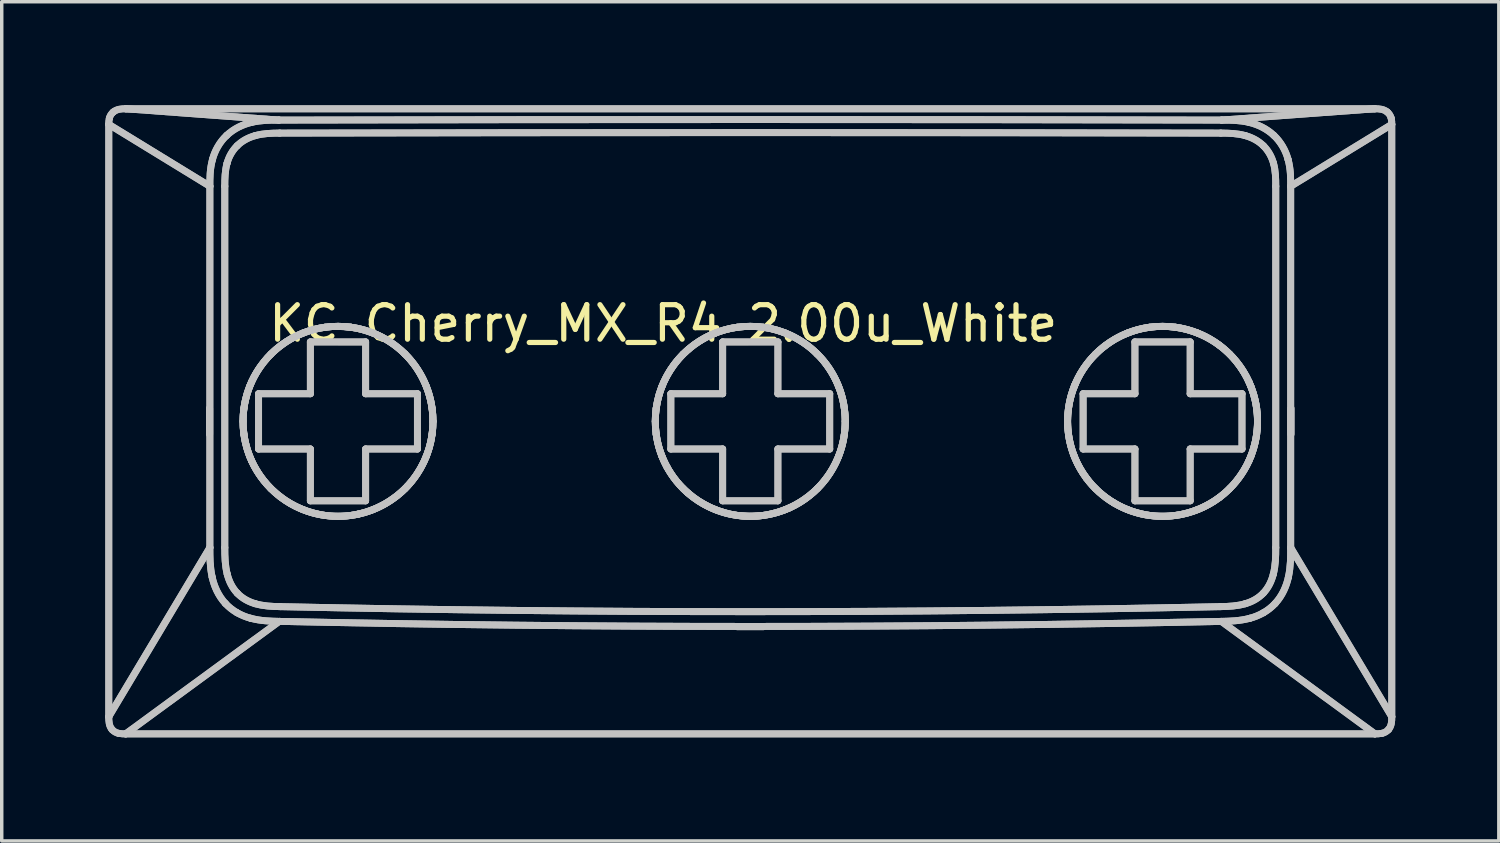
<source format=kicad_pcb>
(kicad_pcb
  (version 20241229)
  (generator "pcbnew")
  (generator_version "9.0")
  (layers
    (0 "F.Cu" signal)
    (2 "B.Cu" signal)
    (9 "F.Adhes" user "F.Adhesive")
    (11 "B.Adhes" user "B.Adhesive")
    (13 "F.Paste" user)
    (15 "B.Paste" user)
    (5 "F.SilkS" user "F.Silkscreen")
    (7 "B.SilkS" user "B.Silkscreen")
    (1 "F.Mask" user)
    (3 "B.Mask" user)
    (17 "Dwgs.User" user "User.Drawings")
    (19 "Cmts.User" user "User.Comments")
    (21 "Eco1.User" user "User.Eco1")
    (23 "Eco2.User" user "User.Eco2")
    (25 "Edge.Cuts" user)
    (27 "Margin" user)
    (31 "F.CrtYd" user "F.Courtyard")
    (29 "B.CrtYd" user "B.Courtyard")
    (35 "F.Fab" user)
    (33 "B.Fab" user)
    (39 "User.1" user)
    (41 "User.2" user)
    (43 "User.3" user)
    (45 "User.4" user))
  (footprint "KC_Cherry_MX_R4_2.00u_White"
    (layer "F.Cu")
    (at 18.695 9.111)
    (property "Reference" "KC_Cherry_MX_R4_2.00u_White" (at -2.54 -2.794 0) (layer "F.SilkS") (effects (font (size 1 1) (thickness 0.15))))
    (attr allow_missing_courtyard)
    (fp_line (start -18.595 -8.559) (end -15.668 -6.767) (stroke (width 0.2) (type default)) (layer "Dwgs.User"))
    (fp_line (start -18.595 -8.559) (end -15.668 -6.767) (stroke (width 0.2) (type default)) (layer "Dwgs.User"))
    (fp_line (start -18.595 8.592) (end -18.595 -8.559) (stroke (width 0.2) (type default)) (layer "Dwgs.User"))
    (fp_line (start -18.595 8.592) (end -18.595 -8.559) (stroke (width 0.2) (type default)) (layer "Dwgs.User"))
    (fp_line (start -18.595 8.592) (end -15.668 3.695) (stroke (width 0.2) (type default)) (layer "Dwgs.User"))
    (fp_line (start -18.595 8.592) (end -15.668 3.695) (stroke (width 0.2) (type default)) (layer "Dwgs.User"))
    (fp_line (start -18.107 9.089) (end -13.659 5.832) (stroke (width 0.2) (type default)) (layer "Dwgs.User"))
    (fp_line (start -18.107 9.089) (end -13.659 5.832) (stroke (width 0.2) (type default)) (layer "Dwgs.User"))
    (fp_line (start -18.102 -9.011) (end -13.668 -8.684) (stroke (width 0.2) (type default)) (layer "Dwgs.User"))
    (fp_line (start -18.102 -9.011) (end -13.668 -8.684) (stroke (width 0.2) (type default)) (layer "Dwgs.User"))
    (fp_line (start -18.102 -9.011) (end 18.062 -9.011) (stroke (width 0.2) (type default)) (layer "Dwgs.User"))
    (fp_line (start -18.102 -9.011) (end 18.062 -9.011) (stroke (width 0.2) (type default)) (layer "Dwgs.User"))
    (fp_line (start -15.676 0.413) (end -15.676 -0.337) (stroke (width 0.2) (type default)) (layer "Dwgs.User"))
    (fp_line (start -15.676 0.413) (end -15.676 -0.337) (stroke (width 0.2) (type default)) (layer "Dwgs.User"))
    (fp_line (start -15.668 -6.767) (end -15.668 3.695) (stroke (width 0.2) (type default)) (layer "Dwgs.User"))
    (fp_line (start -15.668 -6.767) (end -15.668 3.695) (stroke (width 0.2) (type default)) (layer "Dwgs.User"))
    (fp_line (start -15.236 -6.767) (end -15.236 3.695) (stroke (width 0.2) (type default)) (layer "Dwgs.User"))
    (fp_line (start -15.236 -6.767) (end -15.236 3.695) (stroke (width 0.2) (type default)) (layer "Dwgs.User"))
    (fp_line (start -14.258 -0.76) (end -12.758 -0.76) (stroke (width 0.2) (type default)) (layer "Dwgs.User"))
    (fp_line (start -14.258 -0.76) (end -12.758 -0.76) (stroke (width 0.2) (type default)) (layer "Dwgs.User"))
    (fp_line (start -14.258 0.84) (end -14.258 -0.76) (stroke (width 0.2) (type default)) (layer "Dwgs.User"))
    (fp_line (start -14.258 0.84) (end -14.258 -0.76) (stroke (width 0.2) (type default)) (layer "Dwgs.User"))
    (fp_line (start -12.758 -2.26) (end -11.158 -2.26) (stroke (width 0.2) (type default)) (layer "Dwgs.User"))
    (fp_line (start -12.758 -2.26) (end -11.158 -2.26) (stroke (width 0.2) (type default)) (layer "Dwgs.User"))
    (fp_line (start -12.758 -0.76) (end -12.758 -2.26) (stroke (width 0.2) (type default)) (layer "Dwgs.User"))
    (fp_line (start -12.758 -0.76) (end -12.758 -2.26) (stroke (width 0.2) (type default)) (layer "Dwgs.User"))
    (fp_line (start -12.758 0.84) (end -14.258 0.84) (stroke (width 0.2) (type default)) (layer "Dwgs.User"))
    (fp_line (start -12.758 0.84) (end -14.258 0.84) (stroke (width 0.2) (type default)) (layer "Dwgs.User"))
    (fp_line (start -12.758 2.34) (end -12.758 0.84) (stroke (width 0.2) (type default)) (layer "Dwgs.User"))
    (fp_line (start -12.758 2.34) (end -12.758 0.84) (stroke (width 0.2) (type default)) (layer "Dwgs.User"))
    (fp_line (start -11.583 -2.685) (end -11.958 -2.711) (stroke (width 0.2) (type default)) (layer "Dwgs.User"))
    (fp_line (start -11.583 2.764) (end -11.376 2.727) (stroke (width 0.2) (type default)) (layer "Dwgs.User"))
    (fp_line (start -11.583 2.764) (end -11.376 2.727) (stroke (width 0.2) (type default)) (layer "Dwgs.User"))
    (fp_line (start -11.158 -2.26) (end -11.158 -0.76) (stroke (width 0.2) (type default)) (layer "Dwgs.User"))
    (fp_line (start -11.158 -2.26) (end -11.158 -0.76) (stroke (width 0.2) (type default)) (layer "Dwgs.User"))
    (fp_line (start -11.158 -0.76) (end -9.658 -0.76) (stroke (width 0.2) (type default)) (layer "Dwgs.User"))
    (fp_line (start -11.158 -0.76) (end -9.658 -0.76) (stroke (width 0.2) (type default)) (layer "Dwgs.User"))
    (fp_line (start -11.158 0.84) (end -11.158 2.34) (stroke (width 0.2) (type default)) (layer "Dwgs.User"))
    (fp_line (start -11.158 0.84) (end -11.158 2.34) (stroke (width 0.2) (type default)) (layer "Dwgs.User"))
    (fp_line (start -11.158 2.34) (end -12.758 2.34) (stroke (width 0.2) (type default)) (layer "Dwgs.User"))
    (fp_line (start -11.158 2.34) (end -12.758 2.34) (stroke (width 0.2) (type default)) (layer "Dwgs.User"))
    (fp_line (start -9.658 -0.76) (end -9.658 0.84) (stroke (width 0.2) (type default)) (layer "Dwgs.User"))
    (fp_line (start -9.658 -0.76) (end -9.658 0.84) (stroke (width 0.2) (type default)) (layer "Dwgs.User"))
    (fp_line (start -9.658 0.84) (end -11.158 0.84) (stroke (width 0.2) (type default)) (layer "Dwgs.User"))
    (fp_line (start -9.658 0.84) (end -11.158 0.84) (stroke (width 0.2) (type default)) (layer "Dwgs.User"))
    (fp_line (start -2.32 -0.76) (end -0.82 -0.76) (stroke (width 0.2) (type default)) (layer "Dwgs.User"))
    (fp_line (start -2.32 -0.76) (end -0.82 -0.76) (stroke (width 0.2) (type default)) (layer "Dwgs.User"))
    (fp_line (start -2.32 0.84) (end -2.32 -0.76) (stroke (width 0.2) (type default)) (layer "Dwgs.User"))
    (fp_line (start -2.32 0.84) (end -2.32 -0.76) (stroke (width 0.2) (type default)) (layer "Dwgs.User"))
    (fp_line (start -0.82 -2.26) (end 0.78 -2.26) (stroke (width 0.2) (type default)) (layer "Dwgs.User"))
    (fp_line (start -0.82 -2.26) (end 0.78 -2.26) (stroke (width 0.2) (type default)) (layer "Dwgs.User"))
    (fp_line (start -0.82 -0.76) (end -0.82 -2.26) (stroke (width 0.2) (type default)) (layer "Dwgs.User"))
    (fp_line (start -0.82 -0.76) (end -0.82 -2.26) (stroke (width 0.2) (type default)) (layer "Dwgs.User"))
    (fp_line (start -0.82 0.84) (end -2.32 0.84) (stroke (width 0.2) (type default)) (layer "Dwgs.User"))
    (fp_line (start -0.82 0.84) (end -2.32 0.84) (stroke (width 0.2) (type default)) (layer "Dwgs.User"))
    (fp_line (start -0.82 2.34) (end -0.82 0.84) (stroke (width 0.2) (type default)) (layer "Dwgs.User"))
    (fp_line (start -0.82 2.34) (end -0.82 0.84) (stroke (width 0.2) (type default)) (layer "Dwgs.User"))
    (fp_line (start -0.395 2.764) (end -0.02 2.789) (stroke (width 0.2) (type default)) (layer "Dwgs.User"))
    (fp_line (start -0.395 5.986) (end 0.355 5.986) (stroke (width 0.2) (type default)) (layer "Dwgs.User"))
    (fp_line (start -0.395 5.986) (end 0.355 5.986) (stroke (width 0.2) (type default)) (layer "Dwgs.User"))
    (fp_line (start -0.02 2.789) (end 0.355 2.764) (stroke (width 0.2) (type default)) (layer "Dwgs.User"))
    (fp_line (start 0.78 -2.26) (end 0.78 -0.76) (stroke (width 0.2) (type default)) (layer "Dwgs.User"))
    (fp_line (start 0.78 -2.26) (end 0.78 -0.76) (stroke (width 0.2) (type default)) (layer "Dwgs.User"))
    (fp_line (start 0.78 -0.76) (end 2.28 -0.76) (stroke (width 0.2) (type default)) (layer "Dwgs.User"))
    (fp_line (start 0.78 -0.76) (end 2.28 -0.76) (stroke (width 0.2) (type default)) (layer "Dwgs.User"))
    (fp_line (start 0.78 0.84) (end 0.78 2.34) (stroke (width 0.2) (type default)) (layer "Dwgs.User"))
    (fp_line (start 0.78 0.84) (end 0.78 2.34) (stroke (width 0.2) (type default)) (layer "Dwgs.User"))
    (fp_line (start 0.78 2.34) (end -0.82 2.34) (stroke (width 0.2) (type default)) (layer "Dwgs.User"))
    (fp_line (start 0.78 2.34) (end -0.82 2.34) (stroke (width 0.2) (type default)) (layer "Dwgs.User"))
    (fp_line (start 2.28 -0.76) (end 2.28 0.84) (stroke (width 0.2) (type default)) (layer "Dwgs.User"))
    (fp_line (start 2.28 -0.76) (end 2.28 0.84) (stroke (width 0.2) (type default)) (layer "Dwgs.User"))
    (fp_line (start 2.28 0.84) (end 0.78 0.84) (stroke (width 0.2) (type default)) (layer "Dwgs.User"))
    (fp_line (start 2.28 0.84) (end 0.78 0.84) (stroke (width 0.2) (type default)) (layer "Dwgs.User"))
    (fp_line (start 9.618 -0.76) (end 11.118 -0.76) (stroke (width 0.2) (type default)) (layer "Dwgs.User"))
    (fp_line (start 9.618 -0.76) (end 11.118 -0.76) (stroke (width 0.2) (type default)) (layer "Dwgs.User"))
    (fp_line (start 9.618 0.84) (end 9.618 -0.76) (stroke (width 0.2) (type default)) (layer "Dwgs.User"))
    (fp_line (start 9.618 0.84) (end 9.618 -0.76) (stroke (width 0.2) (type default)) (layer "Dwgs.User"))
    (fp_line (start 11.118 -2.26) (end 12.718 -2.26) (stroke (width 0.2) (type default)) (layer "Dwgs.User"))
    (fp_line (start 11.118 -2.26) (end 12.718 -2.26) (stroke (width 0.2) (type default)) (layer "Dwgs.User"))
    (fp_line (start 11.118 -0.76) (end 11.118 -2.26) (stroke (width 0.2) (type default)) (layer "Dwgs.User"))
    (fp_line (start 11.118 -0.76) (end 11.118 -2.26) (stroke (width 0.2) (type default)) (layer "Dwgs.User"))
    (fp_line (start 11.118 0.84) (end 9.618 0.84) (stroke (width 0.2) (type default)) (layer "Dwgs.User"))
    (fp_line (start 11.118 0.84) (end 9.618 0.84) (stroke (width 0.2) (type default)) (layer "Dwgs.User"))
    (fp_line (start 11.118 2.34) (end 11.118 0.84) (stroke (width 0.2) (type default)) (layer "Dwgs.User"))
    (fp_line (start 11.118 2.34) (end 11.118 0.84) (stroke (width 0.2) (type default)) (layer "Dwgs.User"))
    (fp_line (start 12.718 -2.26) (end 12.718 -0.76) (stroke (width 0.2) (type default)) (layer "Dwgs.User"))
    (fp_line (start 12.718 -2.26) (end 12.718 -0.76) (stroke (width 0.2) (type default)) (layer "Dwgs.User"))
    (fp_line (start 12.718 -0.76) (end 14.218 -0.76) (stroke (width 0.2) (type default)) (layer "Dwgs.User"))
    (fp_line (start 12.718 -0.76) (end 14.218 -0.76) (stroke (width 0.2) (type default)) (layer "Dwgs.User"))
    (fp_line (start 12.718 0.84) (end 12.718 2.34) (stroke (width 0.2) (type default)) (layer "Dwgs.User"))
    (fp_line (start 12.718 0.84) (end 12.718 2.34) (stroke (width 0.2) (type default)) (layer "Dwgs.User"))
    (fp_line (start 12.718 2.34) (end 11.118 2.34) (stroke (width 0.2) (type default)) (layer "Dwgs.User"))
    (fp_line (start 12.718 2.34) (end 11.118 2.34) (stroke (width 0.2) (type default)) (layer "Dwgs.User"))
    (fp_line (start 13.628 -8.684) (end 18.062 -9.011) (stroke (width 0.2) (type default)) (layer "Dwgs.User"))
    (fp_line (start 13.628 -8.684) (end 18.062 -9.011) (stroke (width 0.2) (type default)) (layer "Dwgs.User"))
    (fp_line (start 14.218 -0.76) (end 14.218 0.84) (stroke (width 0.2) (type default)) (layer "Dwgs.User"))
    (fp_line (start 14.218 -0.76) (end 14.218 0.84) (stroke (width 0.2) (type default)) (layer "Dwgs.User"))
    (fp_line (start 14.218 0.84) (end 12.718 0.84) (stroke (width 0.2) (type default)) (layer "Dwgs.User"))
    (fp_line (start 14.218 0.84) (end 12.718 0.84) (stroke (width 0.2) (type default)) (layer "Dwgs.User"))
    (fp_line (start 15.196 3.695) (end 15.196 -6.767) (stroke (width 0.2) (type default)) (layer "Dwgs.User"))
    (fp_line (start 15.196 3.695) (end 15.196 -6.767) (stroke (width 0.2) (type default)) (layer "Dwgs.User"))
    (fp_line (start 15.628 -6.767) (end 18.555 -8.559) (stroke (width 0.2) (type default)) (layer "Dwgs.User"))
    (fp_line (start 15.628 -6.767) (end 18.555 -8.559) (stroke (width 0.2) (type default)) (layer "Dwgs.User"))
    (fp_line (start 15.628 3.695) (end 15.628 -6.767) (stroke (width 0.2) (type default)) (layer "Dwgs.User"))
    (fp_line (start 15.628 3.695) (end 15.628 -6.767) (stroke (width 0.2) (type default)) (layer "Dwgs.User"))
    (fp_line (start 15.636 0.413) (end 15.636 -0.337) (stroke (width 0.2) (type default)) (layer "Dwgs.User"))
    (fp_line (start 15.636 0.413) (end 15.636 -0.337) (stroke (width 0.2) (type default)) (layer "Dwgs.User"))
    (fp_line (start 18.067 9.089) (end -18.107 9.089) (stroke (width 0.2) (type default)) (layer "Dwgs.User"))
    (fp_line (start 18.067 9.089) (end -18.107 9.089) (stroke (width 0.2) (type default)) (layer "Dwgs.User"))
    (fp_line (start 18.067 9.089) (end 13.619 5.832) (stroke (width 0.2) (type default)) (layer "Dwgs.User"))
    (fp_line (start 18.067 9.089) (end 13.619 5.832) (stroke (width 0.2) (type default)) (layer "Dwgs.User"))
    (fp_line (start 18.555 -8.559) (end 18.555 8.592) (stroke (width 0.2) (type default)) (layer "Dwgs.User"))
    (fp_line (start 18.555 -8.559) (end 18.555 8.592) (stroke (width 0.2) (type default)) (layer "Dwgs.User"))
    (fp_line (start 18.555 8.592) (end 15.628 3.695) (stroke (width 0.2) (type default)) (layer "Dwgs.User"))
    (fp_line (start 18.555 8.592) (end 15.628 3.695) (stroke (width 0.2) (type default)) (layer "Dwgs.User"))
    (fp_curve (pts (xy -18.595 -8.559) (xy -18.597 -8.618) (xy -18.592 -8.677) (xy -18.579 -8.735)) (stroke (width 0.2) (type default)) (layer "Dwgs.User"))
    (fp_curve (pts (xy -18.595 -8.559) (xy -18.597 -8.618) (xy -18.592 -8.677) (xy -18.579 -8.735)) (stroke (width 0.2) (type default)) (layer "Dwgs.User"))
    (fp_curve (pts (xy -18.579 -8.735) (xy -18.561 -8.808) (xy -18.522 -8.869) (xy -18.465 -8.917)) (stroke (width 0.2) (type default)) (layer "Dwgs.User"))
    (fp_curve (pts (xy -18.579 -8.735) (xy -18.561 -8.808) (xy -18.522 -8.869) (xy -18.465 -8.917)) (stroke (width 0.2) (type default)) (layer "Dwgs.User"))
    (fp_curve (pts (xy -18.501 8.963) (xy -18.589 8.861) (xy -18.597 8.72) (xy -18.595 8.592)) (stroke (width 0.2) (type default)) (layer "Dwgs.User"))
    (fp_curve (pts (xy -18.501 8.963) (xy -18.589 8.861) (xy -18.597 8.72) (xy -18.595 8.592)) (stroke (width 0.2) (type default)) (layer "Dwgs.User"))
    (fp_curve (pts (xy -18.465 -8.917) (xy -18.365 -9.001) (xy -18.228 -9.014) (xy -18.102 -9.011)) (stroke (width 0.2) (type default)) (layer "Dwgs.User"))
    (fp_curve (pts (xy -18.465 -8.917) (xy -18.365 -9.001) (xy -18.228 -9.014) (xy -18.102 -9.011)) (stroke (width 0.2) (type default)) (layer "Dwgs.User"))
    (fp_curve (pts (xy -18.307 9.074) (xy -18.384 9.058) (xy -18.449 9.021) (xy -18.501 8.963)) (stroke (width 0.2) (type default)) (layer "Dwgs.User"))
    (fp_curve (pts (xy -18.307 9.074) (xy -18.384 9.058) (xy -18.449 9.021) (xy -18.501 8.963)) (stroke (width 0.2) (type default)) (layer "Dwgs.User"))
    (fp_curve (pts (xy -18.107 9.089) (xy -18.174 9.091) (xy -18.241 9.086) (xy -18.307 9.074)) (stroke (width 0.2) (type default)) (layer "Dwgs.User"))
    (fp_curve (pts (xy -18.107 9.089) (xy -18.174 9.091) (xy -18.241 9.086) (xy -18.307 9.074)) (stroke (width 0.2) (type default)) (layer "Dwgs.User"))
    (fp_curve (pts (xy -15.668 -6.767) (xy -15.668 -6.99) (xy -15.671 -7.257) (xy -15.592 -7.545)) (stroke (width 0.2) (type default)) (layer "Dwgs.User"))
    (fp_curve (pts (xy -15.668 -6.767) (xy -15.668 -6.99) (xy -15.671 -7.257) (xy -15.592 -7.545)) (stroke (width 0.2) (type default)) (layer "Dwgs.User"))
    (fp_curve (pts (xy -15.601 4.553) (xy -15.671 4.241) (xy -15.667 3.953) (xy -15.668 3.695)) (stroke (width 0.2) (type default)) (layer "Dwgs.User"))
    (fp_curve (pts (xy -15.601 4.553) (xy -15.671 4.241) (xy -15.667 3.953) (xy -15.668 3.695)) (stroke (width 0.2) (type default)) (layer "Dwgs.User"))
    (fp_curve (pts (xy -15.592 -7.545) (xy -15.526 -7.795) (xy -15.383 -8.053) (xy -15.18 -8.241)) (stroke (width 0.2) (type default)) (layer "Dwgs.User"))
    (fp_curve (pts (xy -15.592 -7.545) (xy -15.526 -7.795) (xy -15.383 -8.053) (xy -15.18 -8.241)) (stroke (width 0.2) (type default)) (layer "Dwgs.User"))
    (fp_curve (pts (xy -15.236 -6.767) (xy -15.236 -6.991) (xy -15.231 -7.218) (xy -15.17 -7.435)) (stroke (width 0.2) (type default)) (layer "Dwgs.User"))
    (fp_curve (pts (xy -15.236 -6.767) (xy -15.236 -6.991) (xy -15.231 -7.218) (xy -15.17 -7.435)) (stroke (width 0.2) (type default)) (layer "Dwgs.User"))
    (fp_curve (pts (xy -15.219 5.312) (xy -15.431 5.083) (xy -15.546 4.804) (xy -15.601 4.553)) (stroke (width 0.2) (type default)) (layer "Dwgs.User"))
    (fp_curve (pts (xy -15.219 5.312) (xy -15.431 5.083) (xy -15.546 4.804) (xy -15.601 4.553)) (stroke (width 0.2) (type default)) (layer "Dwgs.User"))
    (fp_curve (pts (xy -15.18 -8.241) (xy -14.971 -8.438) (xy -14.713 -8.557) (xy -14.468 -8.616)) (stroke (width 0.2) (type default)) (layer "Dwgs.User"))
    (fp_curve (pts (xy -15.18 -8.241) (xy -14.971 -8.438) (xy -14.713 -8.557) (xy -14.468 -8.616)) (stroke (width 0.2) (type default)) (layer "Dwgs.User"))
    (fp_curve (pts (xy -15.17 -7.435) (xy -15.118 -7.624) (xy -15.019 -7.801) (xy -14.879 -7.939)) (stroke (width 0.2) (type default)) (layer "Dwgs.User"))
    (fp_curve (pts (xy -15.17 -7.435) (xy -15.118 -7.624) (xy -15.019 -7.801) (xy -14.879 -7.939)) (stroke (width 0.2) (type default)) (layer "Dwgs.User"))
    (fp_curve (pts (xy -15.165 4.465) (xy -15.23 4.215) (xy -15.236 3.953) (xy -15.236 3.695)) (stroke (width 0.2) (type default)) (layer "Dwgs.User"))
    (fp_curve (pts (xy -15.165 4.465) (xy -15.23 4.215) (xy -15.236 3.953) (xy -15.236 3.695)) (stroke (width 0.2) (type default)) (layer "Dwgs.User"))
    (fp_curve (pts (xy -14.88 5.581) (xy -15.005 5.509) (xy -15.118 5.42) (xy -15.219 5.312)) (stroke (width 0.2) (type default)) (layer "Dwgs.User"))
    (fp_curve (pts (xy -14.88 5.581) (xy -15.005 5.509) (xy -15.118 5.42) (xy -15.219 5.312)) (stroke (width 0.2) (type default)) (layer "Dwgs.User"))
    (fp_curve (pts (xy -14.879 -7.939) (xy -14.735 -8.082) (xy -14.55 -8.18) (xy -14.354 -8.234)) (stroke (width 0.2) (type default)) (layer "Dwgs.User"))
    (fp_curve (pts (xy -14.879 -7.939) (xy -14.735 -8.082) (xy -14.55 -8.18) (xy -14.354 -8.234)) (stroke (width 0.2) (type default)) (layer "Dwgs.User"))
    (fp_curve (pts (xy -14.875 5.014) (xy -15.02 4.862) (xy -15.114 4.668) (xy -15.165 4.465)) (stroke (width 0.2) (type default)) (layer "Dwgs.User"))
    (fp_curve (pts (xy -14.875 5.014) (xy -15.02 4.862) (xy -15.114 4.668) (xy -15.165 4.465)) (stroke (width 0.2) (type default)) (layer "Dwgs.User"))
    (fp_curve (pts (xy -14.708 0.039) (xy -14.708 0.363) (xy -14.649 0.713) (xy -14.515 1.052)) (stroke (width 0.2) (type default)) (layer "Dwgs.User"))
    (fp_curve (pts (xy -14.708 0.039) (xy -14.708 0.363) (xy -14.649 0.713) (xy -14.515 1.052)) (stroke (width 0.2) (type default)) (layer "Dwgs.User"))
    (fp_curve (pts (xy -14.682 -0.337) (xy -14.716 -0.087) (xy -14.717 0.163) (xy -14.682 0.413)) (stroke (width 0.2) (type default)) (layer "Dwgs.User"))
    (fp_curve (pts (xy -14.682 -0.337) (xy -14.716 -0.087) (xy -14.717 0.163) (xy -14.682 0.413)) (stroke (width 0.2) (type default)) (layer "Dwgs.User"))
    (fp_curve (pts (xy -14.682 -0.337) (xy -14.638 -0.655) (xy -14.55 -0.903) (xy -14.462 -1.099)) (stroke (width 0.2) (type default)) (layer "Dwgs.User"))
    (fp_curve (pts (xy -14.682 -0.337) (xy -14.638 -0.655) (xy -14.55 -0.903) (xy -14.462 -1.099)) (stroke (width 0.2) (type default)) (layer "Dwgs.User"))
    (fp_curve (pts (xy -14.515 -0.973) (xy -14.649 -0.634) (xy -14.708 -0.284) (xy -14.708 0.039)) (stroke (width 0.2) (type default)) (layer "Dwgs.User"))
    (fp_curve (pts (xy -14.515 -0.973) (xy -14.649 -0.634) (xy -14.708 -0.284) (xy -14.708 0.039)) (stroke (width 0.2) (type default)) (layer "Dwgs.User"))
    (fp_curve (pts (xy -14.515 1.052) (xy -14.382 1.39) (xy -14.172 1.716) (xy -13.903 1.984)) (stroke (width 0.2) (type default)) (layer "Dwgs.User"))
    (fp_curve (pts (xy -14.515 1.052) (xy -14.382 1.39) (xy -14.172 1.716) (xy -13.903 1.984)) (stroke (width 0.2) (type default)) (layer "Dwgs.User"))
    (fp_curve (pts (xy -14.486 5.742) (xy -14.617 5.708) (xy -14.749 5.655) (xy -14.88 5.581)) (stroke (width 0.2) (type default)) (layer "Dwgs.User"))
    (fp_curve (pts (xy -14.486 5.742) (xy -14.617 5.708) (xy -14.749 5.655) (xy -14.88 5.581)) (stroke (width 0.2) (type default)) (layer "Dwgs.User"))
    (fp_curve (pts (xy -14.468 -8.616) (xy -14.177 -8.685) (xy -13.908 -8.683) (xy -13.668 -8.684)) (stroke (width 0.2) (type default)) (layer "Dwgs.User"))
    (fp_curve (pts (xy -14.468 -8.616) (xy -14.177 -8.685) (xy -13.908 -8.683) (xy -13.668 -8.684)) (stroke (width 0.2) (type default)) (layer "Dwgs.User"))
    (fp_curve (pts (xy -14.462 1.177) (xy -14.55 0.981) (xy -14.638 0.732) (xy -14.682 0.413)) (stroke (width 0.2) (type default)) (layer "Dwgs.User"))
    (fp_curve (pts (xy -14.462 1.177) (xy -14.55 0.981) (xy -14.638 0.732) (xy -14.682 0.413)) (stroke (width 0.2) (type default)) (layer "Dwgs.User"))
    (fp_curve (pts (xy -14.462 1.177) (xy -14.288 1.562) (xy -14.003 1.939) (xy -13.627 2.225)) (stroke (width 0.2) (type default)) (layer "Dwgs.User"))
    (fp_curve (pts (xy -14.462 1.177) (xy -14.288 1.562) (xy -14.003 1.939) (xy -13.627 2.225)) (stroke (width 0.2) (type default)) (layer "Dwgs.User"))
    (fp_curve (pts (xy -14.357 5.319) (xy -14.551 5.263) (xy -14.735 5.162) (xy -14.875 5.014)) (stroke (width 0.2) (type default)) (layer "Dwgs.User"))
    (fp_curve (pts (xy -14.357 5.319) (xy -14.551 5.263) (xy -14.735 5.162) (xy -14.875 5.014)) (stroke (width 0.2) (type default)) (layer "Dwgs.User"))
    (fp_curve (pts (xy -14.354 -8.234) (xy -14.123 -8.299) (xy -13.883 -8.306) (xy -13.644 -8.307)) (stroke (width 0.2) (type default)) (layer "Dwgs.User"))
    (fp_curve (pts (xy -14.354 -8.234) (xy -14.123 -8.299) (xy -13.883 -8.306) (xy -13.644 -8.307)) (stroke (width 0.2) (type default)) (layer "Dwgs.User"))
    (fp_curve (pts (xy -13.903 -1.905) (xy -14.172 -1.637) (xy -14.382 -1.311) (xy -14.515 -0.973)) (stroke (width 0.2) (type default)) (layer "Dwgs.User"))
    (fp_curve (pts (xy -13.903 -1.905) (xy -14.172 -1.637) (xy -14.382 -1.311) (xy -14.515 -0.973)) (stroke (width 0.2) (type default)) (layer "Dwgs.User"))
    (fp_curve (pts (xy -13.903 1.984) (xy -13.634 2.253) (xy -13.309 2.463) (xy -12.97 2.596)) (stroke (width 0.2) (type default)) (layer "Dwgs.User"))
    (fp_curve (pts (xy -13.903 1.984) (xy -13.634 2.253) (xy -13.309 2.463) (xy -12.97 2.596)) (stroke (width 0.2) (type default)) (layer "Dwgs.User"))
    (fp_curve (pts (xy -13.659 5.832) (xy -13.903 5.826) (xy -14.181 5.823) (xy -14.486 5.742)) (stroke (width 0.2) (type default)) (layer "Dwgs.User"))
    (fp_curve (pts (xy -13.659 5.832) (xy -13.903 5.826) (xy -14.181 5.823) (xy -14.486 5.742)) (stroke (width 0.2) (type default)) (layer "Dwgs.User"))
    (fp_curve (pts (xy -13.659 5.832) (xy -4.579 6.027) (xy 4.539 6.027) (xy 13.619 5.832)) (stroke (width 0.2) (type default)) (layer "Dwgs.User"))
    (fp_curve (pts (xy -13.659 5.832) (xy -4.579 6.027) (xy 4.539 6.027) (xy 13.619 5.832)) (stroke (width 0.2) (type default)) (layer "Dwgs.User"))
    (fp_curve (pts (xy -13.631 5.405) (xy -13.875 5.4) (xy -14.122 5.389) (xy -14.357 5.319)) (stroke (width 0.2) (type default)) (layer "Dwgs.User"))
    (fp_curve (pts (xy -13.631 5.405) (xy -13.875 5.4) (xy -14.122 5.389) (xy -14.357 5.319)) (stroke (width 0.2) (type default)) (layer "Dwgs.User"))
    (fp_curve (pts (xy -13.631 5.405) (xy -4.57 5.599) (xy 4.53 5.599) (xy 13.591 5.405)) (stroke (width 0.2) (type default)) (layer "Dwgs.User"))
    (fp_curve (pts (xy -13.631 5.405) (xy -4.57 5.599) (xy 4.53 5.599) (xy 13.591 5.405)) (stroke (width 0.2) (type default)) (layer "Dwgs.User"))
    (fp_curve (pts (xy -13.627 2.225) (xy -13.253 2.513) (xy -12.792 2.702) (xy -12.333 2.764)) (stroke (width 0.2) (type default)) (layer "Dwgs.User"))
    (fp_curve (pts (xy -13.627 2.225) (xy -13.253 2.513) (xy -12.792 2.702) (xy -12.333 2.764)) (stroke (width 0.2) (type default)) (layer "Dwgs.User"))
    (fp_curve (pts (xy -13.601 -2.166) (xy -13.981 -1.884) (xy -14.28 -1.502) (xy -14.462 -1.099)) (stroke (width 0.2) (type default)) (layer "Dwgs.User"))
    (fp_curve (pts (xy -13.601 -2.166) (xy -13.981 -1.884) (xy -14.28 -1.502) (xy -14.462 -1.099)) (stroke (width 0.2) (type default)) (layer "Dwgs.User"))
    (fp_curve (pts (xy -12.97 -2.518) (xy -13.309 -2.384) (xy -13.634 -2.174) (xy -13.903 -1.905)) (stroke (width 0.2) (type default)) (layer "Dwgs.User"))
    (fp_curve (pts (xy -12.97 -2.518) (xy -13.309 -2.384) (xy -13.634 -2.174) (xy -13.903 -1.905)) (stroke (width 0.2) (type default)) (layer "Dwgs.User"))
    (fp_curve (pts (xy -12.97 2.596) (xy -12.631 2.731) (xy -12.282 2.79) (xy -11.958 2.789)) (stroke (width 0.2) (type default)) (layer "Dwgs.User"))
    (fp_curve (pts (xy -12.97 2.596) (xy -12.631 2.731) (xy -12.282 2.79) (xy -11.958 2.789)) (stroke (width 0.2) (type default)) (layer "Dwgs.User"))
    (fp_curve (pts (xy -12.333 -2.685) (xy -12.771 -2.626) (xy -13.223 -2.449) (xy -13.601 -2.166)) (stroke (width 0.2) (type default)) (layer "Dwgs.User"))
    (fp_curve (pts (xy -12.333 -2.685) (xy -12.771 -2.626) (xy -13.223 -2.449) (xy -13.601 -2.166)) (stroke (width 0.2) (type default)) (layer "Dwgs.User"))
    (fp_curve (pts (xy -11.958 -2.711) (xy -12.282 -2.711) (xy -12.631 -2.652) (xy -12.97 -2.518)) (stroke (width 0.2) (type default)) (layer "Dwgs.User"))
    (fp_curve (pts (xy -11.958 -2.711) (xy -12.282 -2.711) (xy -12.631 -2.652) (xy -12.97 -2.518)) (stroke (width 0.2) (type default)) (layer "Dwgs.User"))
    (fp_curve (pts (xy -11.958 2.789) (xy -11.634 2.79) (xy -11.285 2.731) (xy -10.946 2.596)) (stroke (width 0.2) (type default)) (layer "Dwgs.User"))
    (fp_curve (pts (xy -11.958 2.789) (xy -11.634 2.79) (xy -11.285 2.731) (xy -10.946 2.596)) (stroke (width 0.2) (type default)) (layer "Dwgs.User"))
    (fp_curve (pts (xy -11.583 -2.685) (xy -11.833 -2.719) (xy -12.083 -2.719) (xy -12.333 -2.685)) (stroke (width 0.2) (type default)) (layer "Dwgs.User"))
    (fp_curve (pts (xy -11.583 -2.685) (xy -11.833 -2.719) (xy -12.083 -2.719) (xy -12.333 -2.685)) (stroke (width 0.2) (type default)) (layer "Dwgs.User"))
    (fp_curve (pts (xy -11.583 2.764) (xy -11.833 2.798) (xy -12.083 2.798) (xy -12.333 2.764)) (stroke (width 0.2) (type default)) (layer "Dwgs.User"))
    (fp_curve (pts (xy -11.583 2.764) (xy -11.833 2.798) (xy -12.083 2.798) (xy -12.333 2.764)) (stroke (width 0.2) (type default)) (layer "Dwgs.User"))
    (fp_curve (pts (xy -11.376 2.727) (xy -10.874 2.621) (xy -10.348 2.346) (xy -9.953 1.921)) (stroke (width 0.2) (type default)) (layer "Dwgs.User"))
    (fp_curve (pts (xy -11.376 2.727) (xy -10.874 2.621) (xy -10.348 2.346) (xy -9.953 1.921)) (stroke (width 0.2) (type default)) (layer "Dwgs.User"))
    (fp_curve (pts (xy -10.946 -2.518) (xy -11.285 -2.652) (xy -11.634 -2.711) (xy -11.958 -2.711)) (stroke (width 0.2) (type default)) (layer "Dwgs.User"))
    (fp_curve (pts (xy -10.946 -2.518) (xy -11.285 -2.652) (xy -11.634 -2.711) (xy -11.958 -2.711)) (stroke (width 0.2) (type default)) (layer "Dwgs.User"))
    (fp_curve (pts (xy -10.946 2.596) (xy -10.607 2.463) (xy -10.282 2.253) (xy -10.013 1.984)) (stroke (width 0.2) (type default)) (layer "Dwgs.User"))
    (fp_curve (pts (xy -10.946 2.596) (xy -10.607 2.463) (xy -10.282 2.253) (xy -10.013 1.984)) (stroke (width 0.2) (type default)) (layer "Dwgs.User"))
    (fp_curve (pts (xy -10.029 -1.921) (xy -10.468 -2.357) (xy -11.048 -2.615) (xy -11.583 -2.685)) (stroke (width 0.2) (type default)) (layer "Dwgs.User"))
    (fp_curve (pts (xy -10.029 -1.921) (xy -10.468 -2.357) (xy -11.048 -2.615) (xy -11.583 -2.685)) (stroke (width 0.2) (type default)) (layer "Dwgs.User"))
    (fp_curve (pts (xy -10.013 -1.905) (xy -10.282 -2.174) (xy -10.607 -2.384) (xy -10.946 -2.518)) (stroke (width 0.2) (type default)) (layer "Dwgs.User"))
    (fp_curve (pts (xy -10.013 -1.905) (xy -10.282 -2.174) (xy -10.607 -2.384) (xy -10.946 -2.518)) (stroke (width 0.2) (type default)) (layer "Dwgs.User"))
    (fp_curve (pts (xy -10.013 1.984) (xy -9.744 1.716) (xy -9.534 1.39) (xy -9.401 1.052)) (stroke (width 0.2) (type default)) (layer "Dwgs.User"))
    (fp_curve (pts (xy -10.013 1.984) (xy -9.744 1.716) (xy -9.534 1.39) (xy -9.401 1.052)) (stroke (width 0.2) (type default)) (layer "Dwgs.User"))
    (fp_curve (pts (xy -9.953 1.921) (xy -9.554 1.501) (xy -9.303 0.945) (xy -9.234 0.413)) (stroke (width 0.2) (type default)) (layer "Dwgs.User"))
    (fp_curve (pts (xy -9.953 1.921) (xy -9.554 1.501) (xy -9.303 0.945) (xy -9.234 0.413)) (stroke (width 0.2) (type default)) (layer "Dwgs.User"))
    (fp_curve (pts (xy -9.401 -0.973) (xy -9.534 -1.311) (xy -9.744 -1.637) (xy -10.013 -1.905)) (stroke (width 0.2) (type default)) (layer "Dwgs.User"))
    (fp_curve (pts (xy -9.401 -0.973) (xy -9.534 -1.311) (xy -9.744 -1.637) (xy -10.013 -1.905)) (stroke (width 0.2) (type default)) (layer "Dwgs.User"))
    (fp_curve (pts (xy -9.401 1.052) (xy -9.267 0.713) (xy -9.208 0.363) (xy -9.208 0.039)) (stroke (width 0.2) (type default)) (layer "Dwgs.User"))
    (fp_curve (pts (xy -9.401 1.052) (xy -9.267 0.713) (xy -9.208 0.363) (xy -9.208 0.039)) (stroke (width 0.2) (type default)) (layer "Dwgs.User"))
    (fp_curve (pts (xy -9.234 -0.337) (xy -9.307 -0.898) (xy -9.585 -1.489) (xy -10.029 -1.921)) (stroke (width 0.2) (type default)) (layer "Dwgs.User"))
    (fp_curve (pts (xy -9.234 -0.337) (xy -9.307 -0.898) (xy -9.585 -1.489) (xy -10.029 -1.921)) (stroke (width 0.2) (type default)) (layer "Dwgs.User"))
    (fp_curve (pts (xy -9.234 0.413) (xy -9.217 0.289) (xy -9.208 0.165) (xy -9.208 0.039)) (stroke (width 0.2) (type default)) (layer "Dwgs.User"))
    (fp_curve (pts (xy -9.234 0.413) (xy -9.217 0.289) (xy -9.208 0.165) (xy -9.208 0.039)) (stroke (width 0.2) (type default)) (layer "Dwgs.User"))
    (fp_curve (pts (xy -9.208 0.039) (xy -9.208 -0.284) (xy -9.267 -0.634) (xy -9.401 -0.973)) (stroke (width 0.2) (type default)) (layer "Dwgs.User"))
    (fp_curve (pts (xy -9.208 0.039) (xy -9.208 -0.284) (xy -9.267 -0.634) (xy -9.401 -0.973)) (stroke (width 0.2) (type default)) (layer "Dwgs.User"))
    (fp_curve (pts (xy -9.208 0.039) (xy -9.208 -0.087) (xy -9.217 -0.212) (xy -9.234 -0.337)) (stroke (width 0.2) (type default)) (layer "Dwgs.User"))
    (fp_curve (pts (xy -9.208 0.039) (xy -9.208 -0.087) (xy -9.217 -0.212) (xy -9.234 -0.337)) (stroke (width 0.2) (type default)) (layer "Dwgs.User"))
    (fp_curve (pts (xy -2.77 0.039) (xy -2.77 0.363) (xy -2.711 0.713) (xy -2.577 1.052)) (stroke (width 0.2) (type default)) (layer "Dwgs.User"))
    (fp_curve (pts (xy -2.77 0.039) (xy -2.77 0.363) (xy -2.711 0.713) (xy -2.577 1.052)) (stroke (width 0.2) (type default)) (layer "Dwgs.User"))
    (fp_curve (pts (xy -2.744 -0.337) (xy -2.778 -0.087) (xy -2.779 0.163) (xy -2.744 0.413)) (stroke (width 0.2) (type default)) (layer "Dwgs.User"))
    (fp_curve (pts (xy -2.744 -0.337) (xy -2.778 -0.087) (xy -2.779 0.163) (xy -2.744 0.413)) (stroke (width 0.2) (type default)) (layer "Dwgs.User"))
    (fp_curve (pts (xy -2.744 -0.337) (xy -2.724 -0.478) (xy -2.695 -0.615) (xy -2.655 -0.747)) (stroke (width 0.2) (type default)) (layer "Dwgs.User"))
    (fp_curve (pts (xy -2.744 -0.337) (xy -2.724 -0.478) (xy -2.695 -0.615) (xy -2.655 -0.747)) (stroke (width 0.2) (type default)) (layer "Dwgs.User"))
    (fp_curve (pts (xy -2.655 -0.747) (xy -2.516 -1.223) (xy -2.222 -1.698) (xy -1.81 -2.048)) (stroke (width 0.2) (type default)) (layer "Dwgs.User"))
    (fp_curve (pts (xy -2.655 -0.747) (xy -2.516 -1.223) (xy -2.222 -1.698) (xy -1.81 -2.048)) (stroke (width 0.2) (type default)) (layer "Dwgs.User"))
    (fp_curve (pts (xy -2.577 -0.973) (xy -2.711 -0.634) (xy -2.77 -0.284) (xy -2.77 0.039)) (stroke (width 0.2) (type default)) (layer "Dwgs.User"))
    (fp_curve (pts (xy -2.577 -0.973) (xy -2.711 -0.634) (xy -2.77 -0.284) (xy -2.77 0.039)) (stroke (width 0.2) (type default)) (layer "Dwgs.User"))
    (fp_curve (pts (xy -2.577 1.052) (xy -2.444 1.39) (xy -2.234 1.716) (xy -1.965 1.984)) (stroke (width 0.2) (type default)) (layer "Dwgs.User"))
    (fp_curve (pts (xy -2.577 1.052) (xy -2.444 1.39) (xy -2.234 1.716) (xy -1.965 1.984)) (stroke (width 0.2) (type default)) (layer "Dwgs.User"))
    (fp_curve (pts (xy -2.431 1.363) (xy -2.591 1.072) (xy -2.699 0.745) (xy -2.744 0.413)) (stroke (width 0.2) (type default)) (layer "Dwgs.User"))
    (fp_curve (pts (xy -2.431 1.363) (xy -2.591 1.072) (xy -2.699 0.745) (xy -2.744 0.413)) (stroke (width 0.2) (type default)) (layer "Dwgs.User"))
    (fp_curve (pts (xy -1.965 -1.905) (xy -2.234 -1.637) (xy -2.444 -1.311) (xy -2.577 -0.973)) (stroke (width 0.2) (type default)) (layer "Dwgs.User"))
    (fp_curve (pts (xy -1.965 -1.905) (xy -2.234 -1.637) (xy -2.444 -1.311) (xy -2.577 -0.973)) (stroke (width 0.2) (type default)) (layer "Dwgs.User"))
    (fp_curve (pts (xy -1.965 1.984) (xy -1.696 2.253) (xy -1.371 2.463) (xy -1.032 2.596)) (stroke (width 0.2) (type default)) (layer "Dwgs.User"))
    (fp_curve (pts (xy -1.965 1.984) (xy -1.696 2.253) (xy -1.371 2.463) (xy -1.032 2.596)) (stroke (width 0.2) (type default)) (layer "Dwgs.User"))
    (fp_curve (pts (xy -1.827 2.112) (xy -2.061 1.909) (xy -2.271 1.655) (xy -2.431 1.363)) (stroke (width 0.2) (type default)) (layer "Dwgs.User"))
    (fp_curve (pts (xy -1.827 2.112) (xy -2.061 1.909) (xy -2.271 1.655) (xy -2.431 1.363)) (stroke (width 0.2) (type default)) (layer "Dwgs.User"))
    (fp_curve (pts (xy -1.81 -2.048) (xy -1.401 -2.402) (xy -0.886 -2.62) (xy -0.395 -2.685)) (stroke (width 0.2) (type default)) (layer "Dwgs.User"))
    (fp_curve (pts (xy -1.81 -2.048) (xy -1.401 -2.402) (xy -0.886 -2.62) (xy -0.395 -2.685)) (stroke (width 0.2) (type default)) (layer "Dwgs.User"))
    (fp_curve (pts (xy -1.032 -2.518) (xy -1.371 -2.384) (xy -1.696 -2.174) (xy -1.965 -1.905)) (stroke (width 0.2) (type default)) (layer "Dwgs.User"))
    (fp_curve (pts (xy -1.032 -2.518) (xy -1.371 -2.384) (xy -1.696 -2.174) (xy -1.965 -1.905)) (stroke (width 0.2) (type default)) (layer "Dwgs.User"))
    (fp_curve (pts (xy -1.032 2.596) (xy -0.693 2.731) (xy -0.344 2.79) (xy -0.02 2.789)) (stroke (width 0.2) (type default)) (layer "Dwgs.User"))
    (fp_curve (pts (xy -1.032 2.596) (xy -0.693 2.731) (xy -0.344 2.79) (xy -0.02 2.789)) (stroke (width 0.2) (type default)) (layer "Dwgs.User"))
    (fp_curve (pts (xy -0.395 2.764) (xy -0.938 2.691) (xy -1.45 2.445) (xy -1.827 2.112)) (stroke (width 0.2) (type default)) (layer "Dwgs.User"))
    (fp_curve (pts (xy -0.395 2.764) (xy -0.938 2.691) (xy -1.45 2.445) (xy -1.827 2.112)) (stroke (width 0.2) (type default)) (layer "Dwgs.User"))
    (fp_curve (pts (xy -0.02 -2.711) (xy -0.344 -2.711) (xy -0.693 -2.652) (xy -1.032 -2.518)) (stroke (width 0.2) (type default)) (layer "Dwgs.User"))
    (fp_curve (pts (xy -0.02 -2.711) (xy -0.344 -2.711) (xy -0.693 -2.652) (xy -1.032 -2.518)) (stroke (width 0.2) (type default)) (layer "Dwgs.User"))
    (fp_curve (pts (xy -0.02 2.789) (xy 0.304 2.79) (xy 0.653 2.731) (xy 0.992 2.596)) (stroke (width 0.2) (type default)) (layer "Dwgs.User"))
    (fp_curve (pts (xy -0.02 2.789) (xy 0.304 2.79) (xy 0.653 2.731) (xy 0.992 2.596)) (stroke (width 0.2) (type default)) (layer "Dwgs.User"))
    (fp_curve (pts (xy 0.355 -2.685) (xy 0.105 -2.719) (xy -0.145 -2.719) (xy -0.395 -2.685)) (stroke (width 0.2) (type default)) (layer "Dwgs.User"))
    (fp_curve (pts (xy 0.355 -2.685) (xy 0.105 -2.719) (xy -0.145 -2.719) (xy -0.395 -2.685)) (stroke (width 0.2) (type default)) (layer "Dwgs.User"))
    (fp_curve (pts (xy 0.355 -2.685) (xy 0.89 -2.615) (xy 1.47 -2.357) (xy 1.909 -1.921)) (stroke (width 0.2) (type default)) (layer "Dwgs.User"))
    (fp_curve (pts (xy 0.355 -2.685) (xy 0.89 -2.615) (xy 1.47 -2.357) (xy 1.909 -1.921)) (stroke (width 0.2) (type default)) (layer "Dwgs.User"))
    (fp_curve (pts (xy 0.355 2.764) (xy 0.105 2.798) (xy -0.145 2.798) (xy -0.395 2.764)) (stroke (width 0.2) (type default)) (layer "Dwgs.User"))
    (fp_curve (pts (xy 0.355 2.764) (xy 0.105 2.798) (xy -0.145 2.798) (xy -0.395 2.764)) (stroke (width 0.2) (type default)) (layer "Dwgs.User"))
    (fp_curve (pts (xy 0.992 -2.518) (xy 0.653 -2.652) (xy 0.304 -2.711) (xy -0.02 -2.711)) (stroke (width 0.2) (type default)) (layer "Dwgs.User"))
    (fp_curve (pts (xy 0.992 -2.518) (xy 0.653 -2.652) (xy 0.304 -2.711) (xy -0.02 -2.711)) (stroke (width 0.2) (type default)) (layer "Dwgs.User"))
    (fp_curve (pts (xy 0.992 2.596) (xy 1.331 2.463) (xy 1.656 2.253) (xy 1.925 1.984)) (stroke (width 0.2) (type default)) (layer "Dwgs.User"))
    (fp_curve (pts (xy 0.992 2.596) (xy 1.331 2.463) (xy 1.656 2.253) (xy 1.925 1.984)) (stroke (width 0.2) (type default)) (layer "Dwgs.User"))
    (fp_curve (pts (xy 1.119 2.543) (xy 0.883 2.651) (xy 0.628 2.725) (xy 0.355 2.764)) (stroke (width 0.2) (type default)) (layer "Dwgs.User"))
    (fp_curve (pts (xy 1.119 2.543) (xy 0.883 2.651) (xy 0.628 2.725) (xy 0.355 2.764)) (stroke (width 0.2) (type default)) (layer "Dwgs.User"))
    (fp_curve (pts (xy 1.909 -1.921) (xy 2.353 -1.489) (xy 2.631 -0.898) (xy 2.704 -0.337)) (stroke (width 0.2) (type default)) (layer "Dwgs.User"))
    (fp_curve (pts (xy 1.909 -1.921) (xy 2.353 -1.489) (xy 2.631 -0.898) (xy 2.704 -0.337)) (stroke (width 0.2) (type default)) (layer "Dwgs.User"))
    (fp_curve (pts (xy 1.925 -1.905) (xy 1.656 -2.174) (xy 1.331 -2.384) (xy 0.992 -2.518)) (stroke (width 0.2) (type default)) (layer "Dwgs.User"))
    (fp_curve (pts (xy 1.925 -1.905) (xy 1.656 -2.174) (xy 1.331 -2.384) (xy 0.992 -2.518)) (stroke (width 0.2) (type default)) (layer "Dwgs.User"))
    (fp_curve (pts (xy 1.925 1.984) (xy 2.194 1.716) (xy 2.404 1.39) (xy 2.537 1.052)) (stroke (width 0.2) (type default)) (layer "Dwgs.User"))
    (fp_curve (pts (xy 1.925 1.984) (xy 2.194 1.716) (xy 2.404 1.39) (xy 2.537 1.052)) (stroke (width 0.2) (type default)) (layer "Dwgs.User"))
    (fp_curve (pts (xy 2.178 1.692) (xy 1.895 2.071) (xy 1.515 2.364) (xy 1.119 2.543)) (stroke (width 0.2) (type default)) (layer "Dwgs.User"))
    (fp_curve (pts (xy 2.178 1.692) (xy 1.895 2.071) (xy 1.515 2.364) (xy 1.119 2.543)) (stroke (width 0.2) (type default)) (layer "Dwgs.User"))
    (fp_curve (pts (xy 2.537 -0.973) (xy 2.404 -1.311) (xy 2.194 -1.637) (xy 1.925 -1.905)) (stroke (width 0.2) (type default)) (layer "Dwgs.User"))
    (fp_curve (pts (xy 2.537 -0.973) (xy 2.404 -1.311) (xy 2.194 -1.637) (xy 1.925 -1.905)) (stroke (width 0.2) (type default)) (layer "Dwgs.User"))
    (fp_curve (pts (xy 2.537 1.052) (xy 2.671 0.713) (xy 2.73 0.363) (xy 2.73 0.039)) (stroke (width 0.2) (type default)) (layer "Dwgs.User"))
    (fp_curve (pts (xy 2.537 1.052) (xy 2.671 0.713) (xy 2.73 0.363) (xy 2.73 0.039)) (stroke (width 0.2) (type default)) (layer "Dwgs.User"))
    (fp_curve (pts (xy 2.704 -0.337) (xy 2.721 -0.212) (xy 2.73 -0.087) (xy 2.73 0.039)) (stroke (width 0.2) (type default)) (layer "Dwgs.User"))
    (fp_curve (pts (xy 2.704 -0.337) (xy 2.721 -0.212) (xy 2.73 -0.087) (xy 2.73 0.039)) (stroke (width 0.2) (type default)) (layer "Dwgs.User"))
    (fp_curve (pts (xy 2.704 0.413) (xy 2.645 0.859) (xy 2.463 1.315) (xy 2.178 1.692)) (stroke (width 0.2) (type default)) (layer "Dwgs.User"))
    (fp_curve (pts (xy 2.704 0.413) (xy 2.645 0.859) (xy 2.463 1.315) (xy 2.178 1.692)) (stroke (width 0.2) (type default)) (layer "Dwgs.User"))
    (fp_curve (pts (xy 2.73 0.039) (xy 2.73 -0.284) (xy 2.671 -0.634) (xy 2.537 -0.973)) (stroke (width 0.2) (type default)) (layer "Dwgs.User"))
    (fp_curve (pts (xy 2.73 0.039) (xy 2.73 -0.284) (xy 2.671 -0.634) (xy 2.537 -0.973)) (stroke (width 0.2) (type default)) (layer "Dwgs.User"))
    (fp_curve (pts (xy 2.73 0.039) (xy 2.73 0.165) (xy 2.721 0.289) (xy 2.704 0.413)) (stroke (width 0.2) (type default)) (layer "Dwgs.User"))
    (fp_curve (pts (xy 2.73 0.039) (xy 2.73 0.165) (xy 2.721 0.289) (xy 2.704 0.413)) (stroke (width 0.2) (type default)) (layer "Dwgs.User"))
    (fp_curve (pts (xy 9.168 0.039) (xy 9.168 0.363) (xy 9.227 0.713) (xy 9.361 1.052)) (stroke (width 0.2) (type default)) (layer "Dwgs.User"))
    (fp_curve (pts (xy 9.168 0.039) (xy 9.168 0.363) (xy 9.227 0.713) (xy 9.361 1.052)) (stroke (width 0.2) (type default)) (layer "Dwgs.User"))
    (fp_curve (pts (xy 9.194 0.413) (xy 9.159 0.163) (xy 9.16 -0.087) (xy 9.194 -0.337)) (stroke (width 0.2) (type default)) (layer "Dwgs.User"))
    (fp_curve (pts (xy 9.194 0.413) (xy 9.159 0.163) (xy 9.16 -0.087) (xy 9.194 -0.337)) (stroke (width 0.2) (type default)) (layer "Dwgs.User"))
    (fp_curve (pts (xy 9.194 0.413) (xy 9.257 0.883) (xy 9.448 1.33) (xy 9.713 1.683)) (stroke (width 0.2) (type default)) (layer "Dwgs.User"))
    (fp_curve (pts (xy 9.194 0.413) (xy 9.257 0.883) (xy 9.448 1.33) (xy 9.713 1.683)) (stroke (width 0.2) (type default)) (layer "Dwgs.User"))
    (fp_curve (pts (xy 9.361 -0.973) (xy 9.227 -0.634) (xy 9.168 -0.284) (xy 9.168 0.039)) (stroke (width 0.2) (type default)) (layer "Dwgs.User"))
    (fp_curve (pts (xy 9.361 -0.973) (xy 9.227 -0.634) (xy 9.168 -0.284) (xy 9.168 0.039)) (stroke (width 0.2) (type default)) (layer "Dwgs.User"))
    (fp_curve (pts (xy 9.361 1.052) (xy 9.494 1.39) (xy 9.704 1.716) (xy 9.973 1.984)) (stroke (width 0.2) (type default)) (layer "Dwgs.User"))
    (fp_curve (pts (xy 9.361 1.052) (xy 9.494 1.39) (xy 9.704 1.716) (xy 9.973 1.984)) (stroke (width 0.2) (type default)) (layer "Dwgs.User"))
    (fp_curve (pts (xy 9.382 -1.023) (xy 9.291 -0.808) (xy 9.228 -0.58) (xy 9.194 -0.337)) (stroke (width 0.2) (type default)) (layer "Dwgs.User"))
    (fp_curve (pts (xy 9.382 -1.023) (xy 9.291 -0.808) (xy 9.228 -0.58) (xy 9.194 -0.337)) (stroke (width 0.2) (type default)) (layer "Dwgs.User"))
    (fp_curve (pts (xy 9.713 1.683) (xy 9.919 1.96) (xy 10.191 2.212) (xy 10.508 2.4)) (stroke (width 0.2) (type default)) (layer "Dwgs.User"))
    (fp_curve (pts (xy 9.713 1.683) (xy 9.919 1.96) (xy 10.191 2.212) (xy 10.508 2.4)) (stroke (width 0.2) (type default)) (layer "Dwgs.User"))
    (fp_curve (pts (xy 9.973 -1.905) (xy 9.704 -1.637) (xy 9.494 -1.311) (xy 9.361 -0.973)) (stroke (width 0.2) (type default)) (layer "Dwgs.User"))
    (fp_curve (pts (xy 9.973 -1.905) (xy 9.704 -1.637) (xy 9.494 -1.311) (xy 9.361 -0.973)) (stroke (width 0.2) (type default)) (layer "Dwgs.User"))
    (fp_curve (pts (xy 9.973 1.984) (xy 10.242 2.253) (xy 10.567 2.463) (xy 10.906 2.596)) (stroke (width 0.2) (type default)) (layer "Dwgs.User"))
    (fp_curve (pts (xy 9.973 1.984) (xy 10.242 2.253) (xy 10.567 2.463) (xy 10.906 2.596)) (stroke (width 0.2) (type default)) (layer "Dwgs.User"))
    (fp_curve (pts (xy 10.242 -2.141) (xy 9.855 -1.845) (xy 9.555 -1.443) (xy 9.382 -1.023)) (stroke (width 0.2) (type default)) (layer "Dwgs.User"))
    (fp_curve (pts (xy 10.242 -2.141) (xy 9.855 -1.845) (xy 9.555 -1.443) (xy 9.382 -1.023)) (stroke (width 0.2) (type default)) (layer "Dwgs.User"))
    (fp_curve (pts (xy 10.508 2.4) (xy 10.824 2.59) (xy 11.183 2.715) (xy 11.543 2.764)) (stroke (width 0.2) (type default)) (layer "Dwgs.User"))
    (fp_curve (pts (xy 10.508 2.4) (xy 10.824 2.59) (xy 11.183 2.715) (xy 11.543 2.764)) (stroke (width 0.2) (type default)) (layer "Dwgs.User"))
    (fp_curve (pts (xy 10.906 -2.518) (xy 10.567 -2.384) (xy 10.242 -2.174) (xy 9.973 -1.905)) (stroke (width 0.2) (type default)) (layer "Dwgs.User"))
    (fp_curve (pts (xy 10.906 -2.518) (xy 10.567 -2.384) (xy 10.242 -2.174) (xy 9.973 -1.905)) (stroke (width 0.2) (type default)) (layer "Dwgs.User"))
    (fp_curve (pts (xy 10.906 2.596) (xy 11.245 2.731) (xy 11.594 2.79) (xy 11.918 2.789)) (stroke (width 0.2) (type default)) (layer "Dwgs.User"))
    (fp_curve (pts (xy 10.906 2.596) (xy 11.245 2.731) (xy 11.594 2.79) (xy 11.918 2.789)) (stroke (width 0.2) (type default)) (layer "Dwgs.User"))
    (fp_curve (pts (xy 11.543 -2.685) (xy 11.093 -2.625) (xy 10.627 -2.439) (xy 10.242 -2.141)) (stroke (width 0.2) (type default)) (layer "Dwgs.User"))
    (fp_curve (pts (xy 11.543 -2.685) (xy 11.093 -2.625) (xy 10.627 -2.439) (xy 10.242 -2.141)) (stroke (width 0.2) (type default)) (layer "Dwgs.User"))
    (fp_curve (pts (xy 11.918 -2.711) (xy 11.594 -2.711) (xy 11.245 -2.652) (xy 10.906 -2.518)) (stroke (width 0.2) (type default)) (layer "Dwgs.User"))
    (fp_curve (pts (xy 11.918 -2.711) (xy 11.594 -2.711) (xy 11.245 -2.652) (xy 10.906 -2.518)) (stroke (width 0.2) (type default)) (layer "Dwgs.User"))
    (fp_curve (pts (xy 11.918 2.789) (xy 12.242 2.79) (xy 12.591 2.731) (xy 12.93 2.596)) (stroke (width 0.2) (type default)) (layer "Dwgs.User"))
    (fp_curve (pts (xy 11.918 2.789) (xy 12.242 2.79) (xy 12.591 2.731) (xy 12.93 2.596)) (stroke (width 0.2) (type default)) (layer "Dwgs.User"))
    (fp_curve (pts (xy 12.293 -2.685) (xy 12.043 -2.719) (xy 11.793 -2.719) (xy 11.543 -2.685)) (stroke (width 0.2) (type default)) (layer "Dwgs.User"))
    (fp_curve (pts (xy 12.293 -2.685) (xy 12.043 -2.719) (xy 11.793 -2.719) (xy 11.543 -2.685)) (stroke (width 0.2) (type default)) (layer "Dwgs.User"))
    (fp_curve (pts (xy 12.293 2.764) (xy 12.043 2.798) (xy 11.793 2.798) (xy 11.543 2.764)) (stroke (width 0.2) (type default)) (layer "Dwgs.User"))
    (fp_curve (pts (xy 12.293 2.764) (xy 12.043 2.798) (xy 11.793 2.798) (xy 11.543 2.764)) (stroke (width 0.2) (type default)) (layer "Dwgs.User"))
    (fp_curve (pts (xy 12.293 2.764) (xy 12.733 2.705) (xy 13.186 2.527) (xy 13.564 2.243)) (stroke (width 0.2) (type default)) (layer "Dwgs.User"))
    (fp_curve (pts (xy 12.293 2.764) (xy 12.733 2.705) (xy 13.186 2.527) (xy 13.564 2.243)) (stroke (width 0.2) (type default)) (layer "Dwgs.User"))
    (fp_curve (pts (xy 12.93 -2.518) (xy 12.591 -2.652) (xy 12.242 -2.711) (xy 11.918 -2.711)) (stroke (width 0.2) (type default)) (layer "Dwgs.User"))
    (fp_curve (pts (xy 12.93 -2.518) (xy 12.591 -2.652) (xy 12.242 -2.711) (xy 11.918 -2.711)) (stroke (width 0.2) (type default)) (layer "Dwgs.User"))
    (fp_curve (pts (xy 12.93 2.596) (xy 13.269 2.463) (xy 13.594 2.253) (xy 13.863 1.984)) (stroke (width 0.2) (type default)) (layer "Dwgs.User"))
    (fp_curve (pts (xy 12.93 2.596) (xy 13.269 2.463) (xy 13.594 2.253) (xy 13.863 1.984)) (stroke (width 0.2) (type default)) (layer "Dwgs.User"))
    (fp_curve (pts (xy 13.561 -2.166) (xy 13.183 -2.449) (xy 12.731 -2.626) (xy 12.293 -2.685)) (stroke (width 0.2) (type default)) (layer "Dwgs.User"))
    (fp_curve (pts (xy 13.561 -2.166) (xy 13.183 -2.449) (xy 12.731 -2.626) (xy 12.293 -2.685)) (stroke (width 0.2) (type default)) (layer "Dwgs.User"))
    (fp_curve (pts (xy 13.564 2.243) (xy 13.943 1.961) (xy 14.241 1.579) (xy 14.422 1.177)) (stroke (width 0.2) (type default)) (layer "Dwgs.User"))
    (fp_curve (pts (xy 13.564 2.243) (xy 13.943 1.961) (xy 14.241 1.579) (xy 14.422 1.177)) (stroke (width 0.2) (type default)) (layer "Dwgs.User"))
    (fp_curve (pts (xy 13.604 -8.307) (xy 4.533 -8.326) (xy -4.573 -8.326) (xy -13.644 -8.307)) (stroke (width 0.2) (type default)) (layer "Dwgs.User"))
    (fp_curve (pts (xy 13.604 -8.307) (xy 4.533 -8.326) (xy -4.573 -8.326) (xy -13.644 -8.307)) (stroke (width 0.2) (type default)) (layer "Dwgs.User"))
    (fp_curve (pts (xy 13.604 -8.307) (xy 13.843 -8.306) (xy 14.084 -8.299) (xy 14.314 -8.234)) (stroke (width 0.2) (type default)) (layer "Dwgs.User"))
    (fp_curve (pts (xy 13.604 -8.307) (xy 13.843 -8.306) (xy 14.084 -8.299) (xy 14.314 -8.234)) (stroke (width 0.2) (type default)) (layer "Dwgs.User"))
    (fp_curve (pts (xy 13.628 -8.684) (xy 4.541 -8.704) (xy -4.581 -8.704) (xy -13.668 -8.684)) (stroke (width 0.2) (type default)) (layer "Dwgs.User"))
    (fp_curve (pts (xy 13.628 -8.684) (xy 4.541 -8.704) (xy -4.581 -8.704) (xy -13.668 -8.684)) (stroke (width 0.2) (type default)) (layer "Dwgs.User"))
    (fp_curve (pts (xy 13.628 -8.684) (xy 13.866 -8.683) (xy 14.138 -8.685) (xy 14.428 -8.616)) (stroke (width 0.2) (type default)) (layer "Dwgs.User"))
    (fp_curve (pts (xy 13.628 -8.684) (xy 13.866 -8.683) (xy 14.138 -8.685) (xy 14.428 -8.616)) (stroke (width 0.2) (type default)) (layer "Dwgs.User"))
    (fp_curve (pts (xy 13.863 -1.905) (xy 13.594 -2.174) (xy 13.269 -2.384) (xy 12.93 -2.518)) (stroke (width 0.2) (type default)) (layer "Dwgs.User"))
    (fp_curve (pts (xy 13.863 -1.905) (xy 13.594 -2.174) (xy 13.269 -2.384) (xy 12.93 -2.518)) (stroke (width 0.2) (type default)) (layer "Dwgs.User"))
    (fp_curve (pts (xy 13.863 1.984) (xy 14.132 1.716) (xy 14.342 1.39) (xy 14.475 1.052)) (stroke (width 0.2) (type default)) (layer "Dwgs.User"))
    (fp_curve (pts (xy 13.863 1.984) (xy 14.132 1.716) (xy 14.342 1.39) (xy 14.475 1.052)) (stroke (width 0.2) (type default)) (layer "Dwgs.User"))
    (fp_curve (pts (xy 14.314 -8.234) (xy 14.51 -8.18) (xy 14.695 -8.082) (xy 14.839 -7.939)) (stroke (width 0.2) (type default)) (layer "Dwgs.User"))
    (fp_curve (pts (xy 14.314 -8.234) (xy 14.51 -8.18) (xy 14.695 -8.082) (xy 14.839 -7.939)) (stroke (width 0.2) (type default)) (layer "Dwgs.User"))
    (fp_curve (pts (xy 14.317 5.319) (xy 14.082 5.389) (xy 13.835 5.4) (xy 13.591 5.405)) (stroke (width 0.2) (type default)) (layer "Dwgs.User"))
    (fp_curve (pts (xy 14.317 5.319) (xy 14.082 5.389) (xy 13.835 5.4) (xy 13.591 5.405)) (stroke (width 0.2) (type default)) (layer "Dwgs.User"))
    (fp_curve (pts (xy 14.422 -1.099) (xy 14.24 -1.502) (xy 13.941 -1.884) (xy 13.561 -2.166)) (stroke (width 0.2) (type default)) (layer "Dwgs.User"))
    (fp_curve (pts (xy 14.422 -1.099) (xy 14.24 -1.502) (xy 13.941 -1.884) (xy 13.561 -2.166)) (stroke (width 0.2) (type default)) (layer "Dwgs.User"))
    (fp_curve (pts (xy 14.422 -1.099) (xy 14.51 -0.903) (xy 14.598 -0.655) (xy 14.642 -0.337)) (stroke (width 0.2) (type default)) (layer "Dwgs.User"))
    (fp_curve (pts (xy 14.422 -1.099) (xy 14.51 -0.903) (xy 14.598 -0.655) (xy 14.642 -0.337)) (stroke (width 0.2) (type default)) (layer "Dwgs.User"))
    (fp_curve (pts (xy 14.428 -8.616) (xy 14.673 -8.557) (xy 14.931 -8.438) (xy 15.14 -8.241)) (stroke (width 0.2) (type default)) (layer "Dwgs.User"))
    (fp_curve (pts (xy 14.428 -8.616) (xy 14.673 -8.557) (xy 14.931 -8.438) (xy 15.14 -8.241)) (stroke (width 0.2) (type default)) (layer "Dwgs.User"))
    (fp_curve (pts (xy 14.446 5.742) (xy 14.141 5.823) (xy 13.863 5.826) (xy 13.619 5.832)) (stroke (width 0.2) (type default)) (layer "Dwgs.User"))
    (fp_curve (pts (xy 14.446 5.742) (xy 14.141 5.823) (xy 13.863 5.826) (xy 13.619 5.832)) (stroke (width 0.2) (type default)) (layer "Dwgs.User"))
    (fp_curve (pts (xy 14.475 -0.973) (xy 14.342 -1.311) (xy 14.132 -1.637) (xy 13.863 -1.905)) (stroke (width 0.2) (type default)) (layer "Dwgs.User"))
    (fp_curve (pts (xy 14.475 -0.973) (xy 14.342 -1.311) (xy 14.132 -1.637) (xy 13.863 -1.905)) (stroke (width 0.2) (type default)) (layer "Dwgs.User"))
    (fp_curve (pts (xy 14.475 1.052) (xy 14.609 0.713) (xy 14.668 0.363) (xy 14.668 0.039)) (stroke (width 0.2) (type default)) (layer "Dwgs.User"))
    (fp_curve (pts (xy 14.475 1.052) (xy 14.609 0.713) (xy 14.668 0.363) (xy 14.668 0.039)) (stroke (width 0.2) (type default)) (layer "Dwgs.User"))
    (fp_curve (pts (xy 14.642 -0.337) (xy 14.659 -0.212) (xy 14.668 -0.087) (xy 14.668 0.039)) (stroke (width 0.2) (type default)) (layer "Dwgs.User"))
    (fp_curve (pts (xy 14.642 -0.337) (xy 14.659 -0.212) (xy 14.668 -0.087) (xy 14.668 0.039)) (stroke (width 0.2) (type default)) (layer "Dwgs.User"))
    (fp_curve (pts (xy 14.642 0.413) (xy 14.598 0.732) (xy 14.51 0.981) (xy 14.422 1.177)) (stroke (width 0.2) (type default)) (layer "Dwgs.User"))
    (fp_curve (pts (xy 14.642 0.413) (xy 14.598 0.732) (xy 14.51 0.981) (xy 14.422 1.177)) (stroke (width 0.2) (type default)) (layer "Dwgs.User"))
    (fp_curve (pts (xy 14.668 0.039) (xy 14.668 -0.284) (xy 14.609 -0.634) (xy 14.475 -0.973)) (stroke (width 0.2) (type default)) (layer "Dwgs.User"))
    (fp_curve (pts (xy 14.668 0.039) (xy 14.668 -0.284) (xy 14.609 -0.634) (xy 14.475 -0.973)) (stroke (width 0.2) (type default)) (layer "Dwgs.User"))
    (fp_curve (pts (xy 14.668 0.039) (xy 14.668 0.165) (xy 14.659 0.289) (xy 14.642 0.413)) (stroke (width 0.2) (type default)) (layer "Dwgs.User"))
    (fp_curve (pts (xy 14.668 0.039) (xy 14.668 0.165) (xy 14.659 0.289) (xy 14.642 0.413)) (stroke (width 0.2) (type default)) (layer "Dwgs.User"))
    (fp_curve (pts (xy 14.835 5.014) (xy 14.695 5.162) (xy 14.511 5.263) (xy 14.317 5.319)) (stroke (width 0.2) (type default)) (layer "Dwgs.User"))
    (fp_curve (pts (xy 14.835 5.014) (xy 14.695 5.162) (xy 14.511 5.263) (xy 14.317 5.319)) (stroke (width 0.2) (type default)) (layer "Dwgs.User"))
    (fp_curve (pts (xy 14.839 -7.939) (xy 14.979 -7.801) (xy 15.078 -7.624) (xy 15.13 -7.435)) (stroke (width 0.2) (type default)) (layer "Dwgs.User"))
    (fp_curve (pts (xy 14.839 -7.939) (xy 14.979 -7.801) (xy 15.078 -7.624) (xy 15.13 -7.435)) (stroke (width 0.2) (type default)) (layer "Dwgs.User"))
    (fp_curve (pts (xy 14.84 5.581) (xy 14.709 5.655) (xy 14.577 5.708) (xy 14.446 5.742)) (stroke (width 0.2) (type default)) (layer "Dwgs.User"))
    (fp_curve (pts (xy 14.84 5.581) (xy 14.709 5.655) (xy 14.577 5.708) (xy 14.446 5.742)) (stroke (width 0.2) (type default)) (layer "Dwgs.User"))
    (fp_curve (pts (xy 15.125 4.465) (xy 15.074 4.668) (xy 14.98 4.862) (xy 14.835 5.014)) (stroke (width 0.2) (type default)) (layer "Dwgs.User"))
    (fp_curve (pts (xy 15.125 4.465) (xy 15.074 4.668) (xy 14.98 4.862) (xy 14.835 5.014)) (stroke (width 0.2) (type default)) (layer "Dwgs.User"))
    (fp_curve (pts (xy 15.13 -7.435) (xy 15.191 -7.218) (xy 15.196 -6.991) (xy 15.196 -6.767)) (stroke (width 0.2) (type default)) (layer "Dwgs.User"))
    (fp_curve (pts (xy 15.13 -7.435) (xy 15.191 -7.218) (xy 15.196 -6.991) (xy 15.196 -6.767)) (stroke (width 0.2) (type default)) (layer "Dwgs.User"))
    (fp_curve (pts (xy 15.14 -8.241) (xy 15.343 -8.053) (xy 15.486 -7.795) (xy 15.552 -7.545)) (stroke (width 0.2) (type default)) (layer "Dwgs.User"))
    (fp_curve (pts (xy 15.14 -8.241) (xy 15.343 -8.053) (xy 15.486 -7.795) (xy 15.552 -7.545)) (stroke (width 0.2) (type default)) (layer "Dwgs.User"))
    (fp_curve (pts (xy 15.179 5.312) (xy 15.078 5.42) (xy 14.965 5.509) (xy 14.84 5.581)) (stroke (width 0.2) (type default)) (layer "Dwgs.User"))
    (fp_curve (pts (xy 15.179 5.312) (xy 15.078 5.42) (xy 14.965 5.509) (xy 14.84 5.581)) (stroke (width 0.2) (type default)) (layer "Dwgs.User"))
    (fp_curve (pts (xy 15.196 3.695) (xy 15.196 3.953) (xy 15.19 4.215) (xy 15.125 4.465)) (stroke (width 0.2) (type default)) (layer "Dwgs.User"))
    (fp_curve (pts (xy 15.196 3.695) (xy 15.196 3.953) (xy 15.19 4.215) (xy 15.125 4.465)) (stroke (width 0.2) (type default)) (layer "Dwgs.User"))
    (fp_curve (pts (xy 15.552 -7.545) (xy 15.631 -7.257) (xy 15.628 -6.99) (xy 15.628 -6.767)) (stroke (width 0.2) (type default)) (layer "Dwgs.User"))
    (fp_curve (pts (xy 15.552 -7.545) (xy 15.631 -7.257) (xy 15.628 -6.99) (xy 15.628 -6.767)) (stroke (width 0.2) (type default)) (layer "Dwgs.User"))
    (fp_curve (pts (xy 15.561 4.553) (xy 15.506 4.804) (xy 15.391 5.083) (xy 15.179 5.312)) (stroke (width 0.2) (type default)) (layer "Dwgs.User"))
    (fp_curve (pts (xy 15.561 4.553) (xy 15.506 4.804) (xy 15.391 5.083) (xy 15.179 5.312)) (stroke (width 0.2) (type default)) (layer "Dwgs.User"))
    (fp_curve (pts (xy 15.628 3.695) (xy 15.627 3.953) (xy 15.631 4.241) (xy 15.561 4.553)) (stroke (width 0.2) (type default)) (layer "Dwgs.User"))
    (fp_curve (pts (xy 15.628 3.695) (xy 15.627 3.953) (xy 15.631 4.241) (xy 15.561 4.553)) (stroke (width 0.2) (type default)) (layer "Dwgs.User"))
    (fp_curve (pts (xy 18.062 -9.011) (xy 18.188 -9.014) (xy 18.325 -9.001) (xy 18.425 -8.917)) (stroke (width 0.2) (type default)) (layer "Dwgs.User"))
    (fp_curve (pts (xy 18.062 -9.011) (xy 18.188 -9.014) (xy 18.325 -9.001) (xy 18.425 -8.917)) (stroke (width 0.2) (type default)) (layer "Dwgs.User"))
    (fp_curve (pts (xy 18.267 9.074) (xy 18.201 9.086) (xy 18.134 9.091) (xy 18.067 9.089)) (stroke (width 0.2) (type default)) (layer "Dwgs.User"))
    (fp_curve (pts (xy 18.267 9.074) (xy 18.201 9.086) (xy 18.134 9.091) (xy 18.067 9.089)) (stroke (width 0.2) (type default)) (layer "Dwgs.User"))
    (fp_curve (pts (xy 18.425 -8.917) (xy 18.482 -8.869) (xy 18.521 -8.808) (xy 18.539 -8.735)) (stroke (width 0.2) (type default)) (layer "Dwgs.User"))
    (fp_curve (pts (xy 18.425 -8.917) (xy 18.482 -8.869) (xy 18.521 -8.808) (xy 18.539 -8.735)) (stroke (width 0.2) (type default)) (layer "Dwgs.User"))
    (fp_curve (pts (xy 18.461 8.963) (xy 18.409 9.021) (xy 18.344 9.058) (xy 18.267 9.074)) (stroke (width 0.2) (type default)) (layer "Dwgs.User"))
    (fp_curve (pts (xy 18.461 8.963) (xy 18.409 9.021) (xy 18.344 9.058) (xy 18.267 9.074)) (stroke (width 0.2) (type default)) (layer "Dwgs.User"))
    (fp_curve (pts (xy 18.539 -8.735) (xy 18.552 -8.677) (xy 18.557 -8.618) (xy 18.555 -8.559)) (stroke (width 0.2) (type default)) (layer "Dwgs.User"))
    (fp_curve (pts (xy 18.539 -8.735) (xy 18.552 -8.677) (xy 18.557 -8.618) (xy 18.555 -8.559)) (stroke (width 0.2) (type default)) (layer "Dwgs.User"))
    (fp_curve (pts (xy 18.555 8.592) (xy 18.557 8.72) (xy 18.549 8.861) (xy 18.461 8.963)) (stroke (width 0.2) (type default)) (layer "Dwgs.User"))
    (fp_curve (pts (xy 18.555 8.592) (xy 18.557 8.72) (xy 18.549 8.861) (xy 18.461 8.963)) (stroke (width 0.2) (type default)) (layer "Dwgs.User")))
  (gr_rect
    (start -3 -3)
    (end 40.35 21.3)
    (stroke (width 0.1) (type default))
    (fill no)
    (layer "Edge.Cuts")))
</source>
